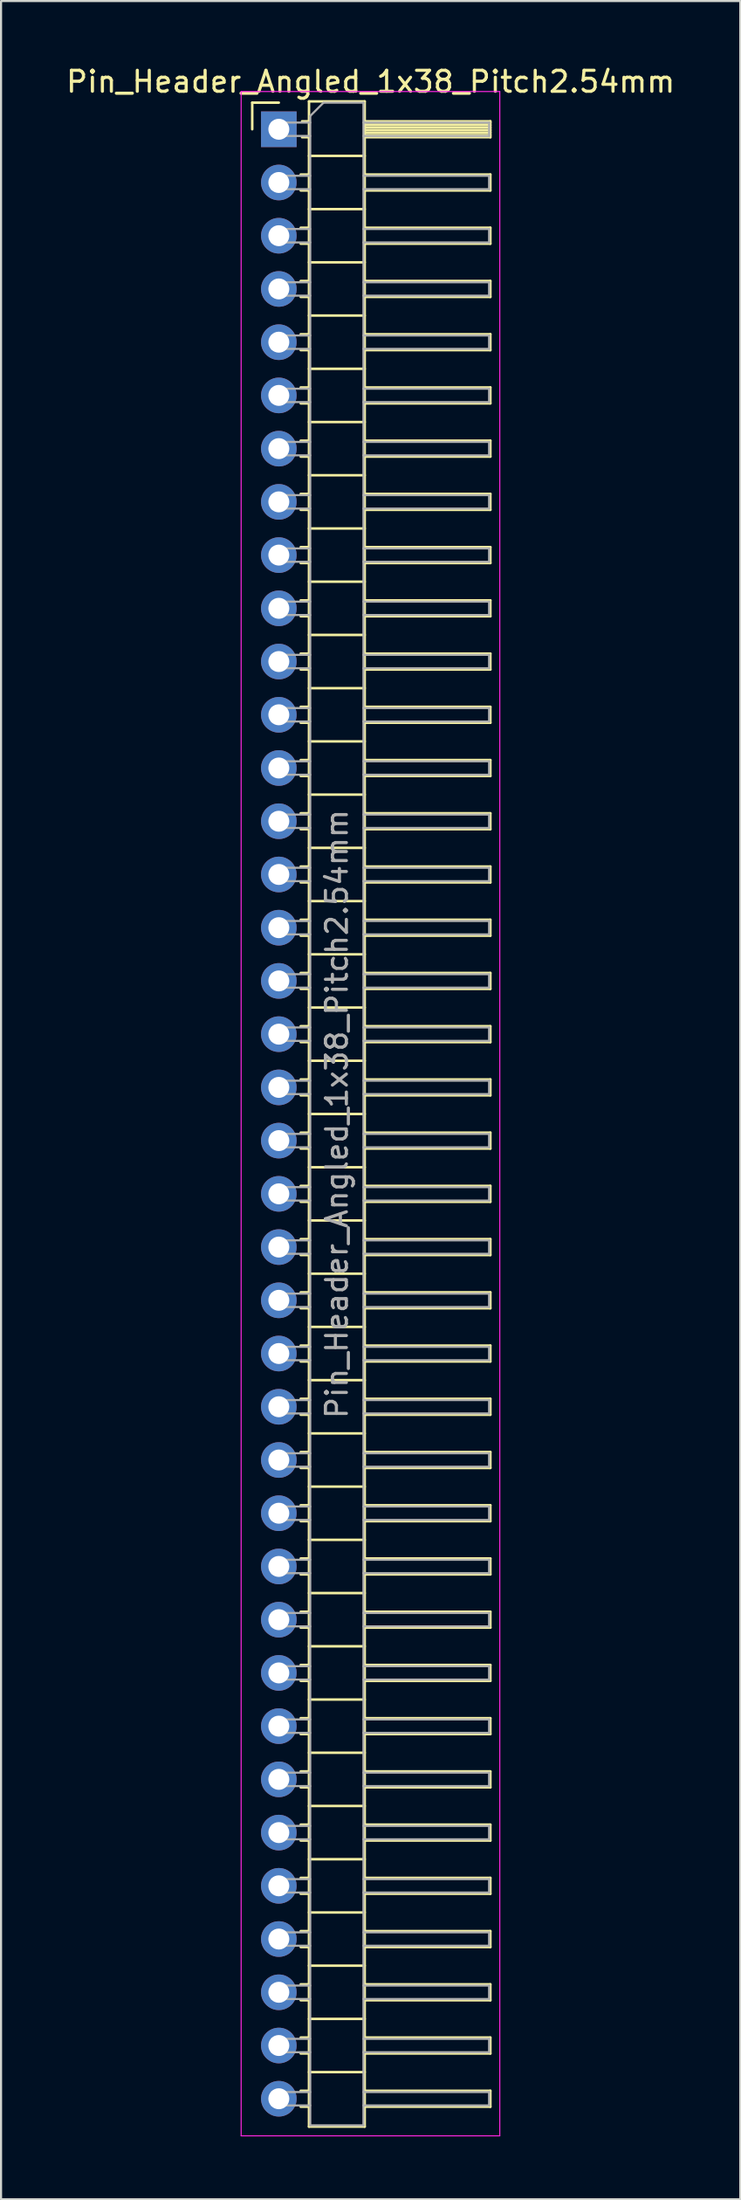
<source format=kicad_pcb>
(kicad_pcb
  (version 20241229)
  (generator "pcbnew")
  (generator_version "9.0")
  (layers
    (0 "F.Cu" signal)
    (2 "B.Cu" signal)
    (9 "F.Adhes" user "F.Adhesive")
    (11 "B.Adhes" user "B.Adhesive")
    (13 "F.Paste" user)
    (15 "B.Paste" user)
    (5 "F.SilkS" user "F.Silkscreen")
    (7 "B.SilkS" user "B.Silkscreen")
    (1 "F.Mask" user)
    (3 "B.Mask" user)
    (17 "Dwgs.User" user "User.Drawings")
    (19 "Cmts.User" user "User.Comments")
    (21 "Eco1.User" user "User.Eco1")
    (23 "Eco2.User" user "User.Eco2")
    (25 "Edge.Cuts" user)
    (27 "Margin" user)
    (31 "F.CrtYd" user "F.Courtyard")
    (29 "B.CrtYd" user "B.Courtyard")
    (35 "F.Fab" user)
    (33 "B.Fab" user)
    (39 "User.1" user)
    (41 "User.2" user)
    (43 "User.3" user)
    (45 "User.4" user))
  (footprint "Pin_Header_Angled_1x38_Pitch2.54mm"
    (layer "F.Cu")
    (at 10.264 3.118)
    (property "Reference" "Pin_Header_Angled_1x38_Pitch2.54mm" (at 4.385 -2.27 0) (layer "F.SilkS") (effects (font (size 1 1) (thickness 0.15))))
    (attr through_hole)
    (fp_line (start -1.27 -1.27) (end 0 -1.27) (stroke (width 0.12) (type solid)) (layer "F.SilkS"))
    (fp_line (start -1.27 0) (end -1.27 -1.27) (stroke (width 0.12) (type solid)) (layer "F.SilkS"))
    (fp_line (start 1.043 2.16) (end 1.44 2.16) (stroke (width 0.12) (type solid)) (layer "F.SilkS"))
    (fp_line (start 1.043 2.92) (end 1.44 2.92) (stroke (width 0.12) (type solid)) (layer "F.SilkS"))
    (fp_line (start 1.043 4.7) (end 1.44 4.7) (stroke (width 0.12) (type solid)) (layer "F.SilkS"))
    (fp_line (start 1.043 5.46) (end 1.44 5.46) (stroke (width 0.12) (type solid)) (layer "F.SilkS"))
    (fp_line (start 1.043 7.24) (end 1.44 7.24) (stroke (width 0.12) (type solid)) (layer "F.SilkS"))
    (fp_line (start 1.043 8) (end 1.44 8) (stroke (width 0.12) (type solid)) (layer "F.SilkS"))
    (fp_line (start 1.043 9.78) (end 1.44 9.78) (stroke (width 0.12) (type solid)) (layer "F.SilkS"))
    (fp_line (start 1.043 10.54) (end 1.44 10.54) (stroke (width 0.12) (type solid)) (layer "F.SilkS"))
    (fp_line (start 1.043 12.32) (end 1.44 12.32) (stroke (width 0.12) (type solid)) (layer "F.SilkS"))
    (fp_line (start 1.043 13.08) (end 1.44 13.08) (stroke (width 0.12) (type solid)) (layer "F.SilkS"))
    (fp_line (start 1.043 14.86) (end 1.44 14.86) (stroke (width 0.12) (type solid)) (layer "F.SilkS"))
    (fp_line (start 1.043 15.62) (end 1.44 15.62) (stroke (width 0.12) (type solid)) (layer "F.SilkS"))
    (fp_line (start 1.043 17.4) (end 1.44 17.4) (stroke (width 0.12) (type solid)) (layer "F.SilkS"))
    (fp_line (start 1.043 18.16) (end 1.44 18.16) (stroke (width 0.12) (type solid)) (layer "F.SilkS"))
    (fp_line (start 1.043 19.94) (end 1.44 19.94) (stroke (width 0.12) (type solid)) (layer "F.SilkS"))
    (fp_line (start 1.043 20.7) (end 1.44 20.7) (stroke (width 0.12) (type solid)) (layer "F.SilkS"))
    (fp_line (start 1.043 22.48) (end 1.44 22.48) (stroke (width 0.12) (type solid)) (layer "F.SilkS"))
    (fp_line (start 1.043 23.24) (end 1.44 23.24) (stroke (width 0.12) (type solid)) (layer "F.SilkS"))
    (fp_line (start 1.043 25.02) (end 1.44 25.02) (stroke (width 0.12) (type solid)) (layer "F.SilkS"))
    (fp_line (start 1.043 25.78) (end 1.44 25.78) (stroke (width 0.12) (type solid)) (layer "F.SilkS"))
    (fp_line (start 1.043 27.56) (end 1.44 27.56) (stroke (width 0.12) (type solid)) (layer "F.SilkS"))
    (fp_line (start 1.043 28.32) (end 1.44 28.32) (stroke (width 0.12) (type solid)) (layer "F.SilkS"))
    (fp_line (start 1.043 30.1) (end 1.44 30.1) (stroke (width 0.12) (type solid)) (layer "F.SilkS"))
    (fp_line (start 1.043 30.86) (end 1.44 30.86) (stroke (width 0.12) (type solid)) (layer "F.SilkS"))
    (fp_line (start 1.043 32.64) (end 1.44 32.64) (stroke (width 0.12) (type solid)) (layer "F.SilkS"))
    (fp_line (start 1.043 33.4) (end 1.44 33.4) (stroke (width 0.12) (type solid)) (layer "F.SilkS"))
    (fp_line (start 1.043 35.18) (end 1.44 35.18) (stroke (width 0.12) (type solid)) (layer "F.SilkS"))
    (fp_line (start 1.043 35.94) (end 1.44 35.94) (stroke (width 0.12) (type solid)) (layer "F.SilkS"))
    (fp_line (start 1.043 37.72) (end 1.44 37.72) (stroke (width 0.12) (type solid)) (layer "F.SilkS"))
    (fp_line (start 1.043 38.48) (end 1.44 38.48) (stroke (width 0.12) (type solid)) (layer "F.SilkS"))
    (fp_line (start 1.043 40.26) (end 1.44 40.26) (stroke (width 0.12) (type solid)) (layer "F.SilkS"))
    (fp_line (start 1.043 41.02) (end 1.44 41.02) (stroke (width 0.12) (type solid)) (layer "F.SilkS"))
    (fp_line (start 1.043 42.8) (end 1.44 42.8) (stroke (width 0.12) (type solid)) (layer "F.SilkS"))
    (fp_line (start 1.043 43.56) (end 1.44 43.56) (stroke (width 0.12) (type solid)) (layer "F.SilkS"))
    (fp_line (start 1.043 45.34) (end 1.44 45.34) (stroke (width 0.12) (type solid)) (layer "F.SilkS"))
    (fp_line (start 1.043 46.1) (end 1.44 46.1) (stroke (width 0.12) (type solid)) (layer "F.SilkS"))
    (fp_line (start 1.043 47.88) (end 1.44 47.88) (stroke (width 0.12) (type solid)) (layer "F.SilkS"))
    (fp_line (start 1.043 48.64) (end 1.44 48.64) (stroke (width 0.12) (type solid)) (layer "F.SilkS"))
    (fp_line (start 1.043 50.42) (end 1.44 50.42) (stroke (width 0.12) (type solid)) (layer "F.SilkS"))
    (fp_line (start 1.043 51.18) (end 1.44 51.18) (stroke (width 0.12) (type solid)) (layer "F.SilkS"))
    (fp_line (start 1.043 52.96) (end 1.44 52.96) (stroke (width 0.12) (type solid)) (layer "F.SilkS"))
    (fp_line (start 1.043 53.72) (end 1.44 53.72) (stroke (width 0.12) (type solid)) (layer "F.SilkS"))
    (fp_line (start 1.043 55.5) (end 1.44 55.5) (stroke (width 0.12) (type solid)) (layer "F.SilkS"))
    (fp_line (start 1.043 56.26) (end 1.44 56.26) (stroke (width 0.12) (type solid)) (layer "F.SilkS"))
    (fp_line (start 1.043 58.04) (end 1.44 58.04) (stroke (width 0.12) (type solid)) (layer "F.SilkS"))
    (fp_line (start 1.043 58.8) (end 1.44 58.8) (stroke (width 0.12) (type solid)) (layer "F.SilkS"))
    (fp_line (start 1.043 60.58) (end 1.44 60.58) (stroke (width 0.12) (type solid)) (layer "F.SilkS"))
    (fp_line (start 1.043 61.34) (end 1.44 61.34) (stroke (width 0.12) (type solid)) (layer "F.SilkS"))
    (fp_line (start 1.043 63.12) (end 1.44 63.12) (stroke (width 0.12) (type solid)) (layer "F.SilkS"))
    (fp_line (start 1.043 63.88) (end 1.44 63.88) (stroke (width 0.12) (type solid)) (layer "F.SilkS"))
    (fp_line (start 1.043 65.66) (end 1.44 65.66) (stroke (width 0.12) (type solid)) (layer "F.SilkS"))
    (fp_line (start 1.043 66.42) (end 1.44 66.42) (stroke (width 0.12) (type solid)) (layer "F.SilkS"))
    (fp_line (start 1.043 68.2) (end 1.44 68.2) (stroke (width 0.12) (type solid)) (layer "F.SilkS"))
    (fp_line (start 1.043 68.96) (end 1.44 68.96) (stroke (width 0.12) (type solid)) (layer "F.SilkS"))
    (fp_line (start 1.043 70.74) (end 1.44 70.74) (stroke (width 0.12) (type solid)) (layer "F.SilkS"))
    (fp_line (start 1.043 71.5) (end 1.44 71.5) (stroke (width 0.12) (type solid)) (layer "F.SilkS"))
    (fp_line (start 1.043 73.28) (end 1.44 73.28) (stroke (width 0.12) (type solid)) (layer "F.SilkS"))
    (fp_line (start 1.043 74.04) (end 1.44 74.04) (stroke (width 0.12) (type solid)) (layer "F.SilkS"))
    (fp_line (start 1.043 75.82) (end 1.44 75.82) (stroke (width 0.12) (type solid)) (layer "F.SilkS"))
    (fp_line (start 1.043 76.58) (end 1.44 76.58) (stroke (width 0.12) (type solid)) (layer "F.SilkS"))
    (fp_line (start 1.043 78.36) (end 1.44 78.36) (stroke (width 0.12) (type solid)) (layer "F.SilkS"))
    (fp_line (start 1.043 79.12) (end 1.44 79.12) (stroke (width 0.12) (type solid)) (layer "F.SilkS"))
    (fp_line (start 1.043 80.9) (end 1.44 80.9) (stroke (width 0.12) (type solid)) (layer "F.SilkS"))
    (fp_line (start 1.043 81.66) (end 1.44 81.66) (stroke (width 0.12) (type solid)) (layer "F.SilkS"))
    (fp_line (start 1.043 83.44) (end 1.44 83.44) (stroke (width 0.12) (type solid)) (layer "F.SilkS"))
    (fp_line (start 1.043 84.2) (end 1.44 84.2) (stroke (width 0.12) (type solid)) (layer "F.SilkS"))
    (fp_line (start 1.043 85.98) (end 1.44 85.98) (stroke (width 0.12) (type solid)) (layer "F.SilkS"))
    (fp_line (start 1.043 86.74) (end 1.44 86.74) (stroke (width 0.12) (type solid)) (layer "F.SilkS"))
    (fp_line (start 1.043 88.52) (end 1.44 88.52) (stroke (width 0.12) (type solid)) (layer "F.SilkS"))
    (fp_line (start 1.043 89.28) (end 1.44 89.28) (stroke (width 0.12) (type solid)) (layer "F.SilkS"))
    (fp_line (start 1.043 91.06) (end 1.44 91.06) (stroke (width 0.12) (type solid)) (layer "F.SilkS"))
    (fp_line (start 1.043 91.82) (end 1.44 91.82) (stroke (width 0.12) (type solid)) (layer "F.SilkS"))
    (fp_line (start 1.043 93.6) (end 1.44 93.6) (stroke (width 0.12) (type solid)) (layer "F.SilkS"))
    (fp_line (start 1.043 94.36) (end 1.44 94.36) (stroke (width 0.12) (type solid)) (layer "F.SilkS"))
    (fp_line (start 1.11 -0.38) (end 1.44 -0.38) (stroke (width 0.12) (type solid)) (layer "F.SilkS"))
    (fp_line (start 1.11 0.38) (end 1.44 0.38) (stroke (width 0.12) (type solid)) (layer "F.SilkS"))
    (fp_line (start 1.44 -1.33) (end 1.44 95.31) (stroke (width 0.12) (type solid)) (layer "F.SilkS"))
    (fp_line (start 1.44 1.27) (end 4.1 1.27) (stroke (width 0.12) (type solid)) (layer "F.SilkS"))
    (fp_line (start 1.44 3.81) (end 4.1 3.81) (stroke (width 0.12) (type solid)) (layer "F.SilkS"))
    (fp_line (start 1.44 6.35) (end 4.1 6.35) (stroke (width 0.12) (type solid)) (layer "F.SilkS"))
    (fp_line (start 1.44 8.89) (end 4.1 8.89) (stroke (width 0.12) (type solid)) (layer "F.SilkS"))
    (fp_line (start 1.44 11.43) (end 4.1 11.43) (stroke (width 0.12) (type solid)) (layer "F.SilkS"))
    (fp_line (start 1.44 13.97) (end 4.1 13.97) (stroke (width 0.12) (type solid)) (layer "F.SilkS"))
    (fp_line (start 1.44 16.51) (end 4.1 16.51) (stroke (width 0.12) (type solid)) (layer "F.SilkS"))
    (fp_line (start 1.44 19.05) (end 4.1 19.05) (stroke (width 0.12) (type solid)) (layer "F.SilkS"))
    (fp_line (start 1.44 21.59) (end 4.1 21.59) (stroke (width 0.12) (type solid)) (layer "F.SilkS"))
    (fp_line (start 1.44 24.13) (end 4.1 24.13) (stroke (width 0.12) (type solid)) (layer "F.SilkS"))
    (fp_line (start 1.44 26.67) (end 4.1 26.67) (stroke (width 0.12) (type solid)) (layer "F.SilkS"))
    (fp_line (start 1.44 29.21) (end 4.1 29.21) (stroke (width 0.12) (type solid)) (layer "F.SilkS"))
    (fp_line (start 1.44 31.75) (end 4.1 31.75) (stroke (width 0.12) (type solid)) (layer "F.SilkS"))
    (fp_line (start 1.44 34.29) (end 4.1 34.29) (stroke (width 0.12) (type solid)) (layer "F.SilkS"))
    (fp_line (start 1.44 36.83) (end 4.1 36.83) (stroke (width 0.12) (type solid)) (layer "F.SilkS"))
    (fp_line (start 1.44 39.37) (end 4.1 39.37) (stroke (width 0.12) (type solid)) (layer "F.SilkS"))
    (fp_line (start 1.44 41.91) (end 4.1 41.91) (stroke (width 0.12) (type solid)) (layer "F.SilkS"))
    (fp_line (start 1.44 44.45) (end 4.1 44.45) (stroke (width 0.12) (type solid)) (layer "F.SilkS"))
    (fp_line (start 1.44 46.99) (end 4.1 46.99) (stroke (width 0.12) (type solid)) (layer "F.SilkS"))
    (fp_line (start 1.44 49.53) (end 4.1 49.53) (stroke (width 0.12) (type solid)) (layer "F.SilkS"))
    (fp_line (start 1.44 52.07) (end 4.1 52.07) (stroke (width 0.12) (type solid)) (layer "F.SilkS"))
    (fp_line (start 1.44 54.61) (end 4.1 54.61) (stroke (width 0.12) (type solid)) (layer "F.SilkS"))
    (fp_line (start 1.44 57.15) (end 4.1 57.15) (stroke (width 0.12) (type solid)) (layer "F.SilkS"))
    (fp_line (start 1.44 59.69) (end 4.1 59.69) (stroke (width 0.12) (type solid)) (layer "F.SilkS"))
    (fp_line (start 1.44 62.23) (end 4.1 62.23) (stroke (width 0.12) (type solid)) (layer "F.SilkS"))
    (fp_line (start 1.44 64.77) (end 4.1 64.77) (stroke (width 0.12) (type solid)) (layer "F.SilkS"))
    (fp_line (start 1.44 67.31) (end 4.1 67.31) (stroke (width 0.12) (type solid)) (layer "F.SilkS"))
    (fp_line (start 1.44 69.85) (end 4.1 69.85) (stroke (width 0.12) (type solid)) (layer "F.SilkS"))
    (fp_line (start 1.44 72.39) (end 4.1 72.39) (stroke (width 0.12) (type solid)) (layer "F.SilkS"))
    (fp_line (start 1.44 74.93) (end 4.1 74.93) (stroke (width 0.12) (type solid)) (layer "F.SilkS"))
    (fp_line (start 1.44 77.47) (end 4.1 77.47) (stroke (width 0.12) (type solid)) (layer "F.SilkS"))
    (fp_line (start 1.44 80.01) (end 4.1 80.01) (stroke (width 0.12) (type solid)) (layer "F.SilkS"))
    (fp_line (start 1.44 82.55) (end 4.1 82.55) (stroke (width 0.12) (type solid)) (layer "F.SilkS"))
    (fp_line (start 1.44 85.09) (end 4.1 85.09) (stroke (width 0.12) (type solid)) (layer "F.SilkS"))
    (fp_line (start 1.44 87.63) (end 4.1 87.63) (stroke (width 0.12) (type solid)) (layer "F.SilkS"))
    (fp_line (start 1.44 90.17) (end 4.1 90.17) (stroke (width 0.12) (type solid)) (layer "F.SilkS"))
    (fp_line (start 1.44 92.71) (end 4.1 92.71) (stroke (width 0.12) (type solid)) (layer "F.SilkS"))
    (fp_line (start 1.44 95.31) (end 4.1 95.31) (stroke (width 0.12) (type solid)) (layer "F.SilkS"))
    (fp_line (start 4.1 -1.33) (end 1.44 -1.33) (stroke (width 0.12) (type solid)) (layer "F.SilkS"))
    (fp_line (start 4.1 -0.38) (end 10.1 -0.38) (stroke (width 0.12) (type solid)) (layer "F.SilkS"))
    (fp_line (start 4.1 -0.32) (end 10.1 -0.32) (stroke (width 0.12) (type solid)) (layer "F.SilkS"))
    (fp_line (start 4.1 -0.2) (end 10.1 -0.2) (stroke (width 0.12) (type solid)) (layer "F.SilkS"))
    (fp_line (start 4.1 -0.08) (end 10.1 -0.08) (stroke (width 0.12) (type solid)) (layer "F.SilkS"))
    (fp_line (start 4.1 0.04) (end 10.1 0.04) (stroke (width 0.12) (type solid)) (layer "F.SilkS"))
    (fp_line (start 4.1 0.16) (end 10.1 0.16) (stroke (width 0.12) (type solid)) (layer "F.SilkS"))
    (fp_line (start 4.1 0.28) (end 10.1 0.28) (stroke (width 0.12) (type solid)) (layer "F.SilkS"))
    (fp_line (start 4.1 2.16) (end 10.1 2.16) (stroke (width 0.12) (type solid)) (layer "F.SilkS"))
    (fp_line (start 4.1 4.7) (end 10.1 4.7) (stroke (width 0.12) (type solid)) (layer "F.SilkS"))
    (fp_line (start 4.1 7.24) (end 10.1 7.24) (stroke (width 0.12) (type solid)) (layer "F.SilkS"))
    (fp_line (start 4.1 9.78) (end 10.1 9.78) (stroke (width 0.12) (type solid)) (layer "F.SilkS"))
    (fp_line (start 4.1 12.32) (end 10.1 12.32) (stroke (width 0.12) (type solid)) (layer "F.SilkS"))
    (fp_line (start 4.1 14.86) (end 10.1 14.86) (stroke (width 0.12) (type solid)) (layer "F.SilkS"))
    (fp_line (start 4.1 17.4) (end 10.1 17.4) (stroke (width 0.12) (type solid)) (layer "F.SilkS"))
    (fp_line (start 4.1 19.94) (end 10.1 19.94) (stroke (width 0.12) (type solid)) (layer "F.SilkS"))
    (fp_line (start 4.1 22.48) (end 10.1 22.48) (stroke (width 0.12) (type solid)) (layer "F.SilkS"))
    (fp_line (start 4.1 25.02) (end 10.1 25.02) (stroke (width 0.12) (type solid)) (layer "F.SilkS"))
    (fp_line (start 4.1 27.56) (end 10.1 27.56) (stroke (width 0.12) (type solid)) (layer "F.SilkS"))
    (fp_line (start 4.1 30.1) (end 10.1 30.1) (stroke (width 0.12) (type solid)) (layer "F.SilkS"))
    (fp_line (start 4.1 32.64) (end 10.1 32.64) (stroke (width 0.12) (type solid)) (layer "F.SilkS"))
    (fp_line (start 4.1 35.18) (end 10.1 35.18) (stroke (width 0.12) (type solid)) (layer "F.SilkS"))
    (fp_line (start 4.1 37.72) (end 10.1 37.72) (stroke (width 0.12) (type solid)) (layer "F.SilkS"))
    (fp_line (start 4.1 40.26) (end 10.1 40.26) (stroke (width 0.12) (type solid)) (layer "F.SilkS"))
    (fp_line (start 4.1 42.8) (end 10.1 42.8) (stroke (width 0.12) (type solid)) (layer "F.SilkS"))
    (fp_line (start 4.1 45.34) (end 10.1 45.34) (stroke (width 0.12) (type solid)) (layer "F.SilkS"))
    (fp_line (start 4.1 47.88) (end 10.1 47.88) (stroke (width 0.12) (type solid)) (layer "F.SilkS"))
    (fp_line (start 4.1 50.42) (end 10.1 50.42) (stroke (width 0.12) (type solid)) (layer "F.SilkS"))
    (fp_line (start 4.1 52.96) (end 10.1 52.96) (stroke (width 0.12) (type solid)) (layer "F.SilkS"))
    (fp_line (start 4.1 55.5) (end 10.1 55.5) (stroke (width 0.12) (type solid)) (layer "F.SilkS"))
    (fp_line (start 4.1 58.04) (end 10.1 58.04) (stroke (width 0.12) (type solid)) (layer "F.SilkS"))
    (fp_line (start 4.1 60.58) (end 10.1 60.58) (stroke (width 0.12) (type solid)) (layer "F.SilkS"))
    (fp_line (start 4.1 63.12) (end 10.1 63.12) (stroke (width 0.12) (type solid)) (layer "F.SilkS"))
    (fp_line (start 4.1 65.66) (end 10.1 65.66) (stroke (width 0.12) (type solid)) (layer "F.SilkS"))
    (fp_line (start 4.1 68.2) (end 10.1 68.2) (stroke (width 0.12) (type solid)) (layer "F.SilkS"))
    (fp_line (start 4.1 70.74) (end 10.1 70.74) (stroke (width 0.12) (type solid)) (layer "F.SilkS"))
    (fp_line (start 4.1 73.28) (end 10.1 73.28) (stroke (width 0.12) (type solid)) (layer "F.SilkS"))
    (fp_line (start 4.1 75.82) (end 10.1 75.82) (stroke (width 0.12) (type solid)) (layer "F.SilkS"))
    (fp_line (start 4.1 78.36) (end 10.1 78.36) (stroke (width 0.12) (type solid)) (layer "F.SilkS"))
    (fp_line (start 4.1 80.9) (end 10.1 80.9) (stroke (width 0.12) (type solid)) (layer "F.SilkS"))
    (fp_line (start 4.1 83.44) (end 10.1 83.44) (stroke (width 0.12) (type solid)) (layer "F.SilkS"))
    (fp_line (start 4.1 85.98) (end 10.1 85.98) (stroke (width 0.12) (type solid)) (layer "F.SilkS"))
    (fp_line (start 4.1 88.52) (end 10.1 88.52) (stroke (width 0.12) (type solid)) (layer "F.SilkS"))
    (fp_line (start 4.1 91.06) (end 10.1 91.06) (stroke (width 0.12) (type solid)) (layer "F.SilkS"))
    (fp_line (start 4.1 93.6) (end 10.1 93.6) (stroke (width 0.12) (type solid)) (layer "F.SilkS"))
    (fp_line (start 4.1 95.31) (end 4.1 -1.33) (stroke (width 0.12) (type solid)) (layer "F.SilkS"))
    (fp_line (start 10.1 -0.38) (end 10.1 0.38) (stroke (width 0.12) (type solid)) (layer "F.SilkS"))
    (fp_line (start 10.1 0.38) (end 4.1 0.38) (stroke (width 0.12) (type solid)) (layer "F.SilkS"))
    (fp_line (start 10.1 2.16) (end 10.1 2.92) (stroke (width 0.12) (type solid)) (layer "F.SilkS"))
    (fp_line (start 10.1 2.92) (end 4.1 2.92) (stroke (width 0.12) (type solid)) (layer "F.SilkS"))
    (fp_line (start 10.1 4.7) (end 10.1 5.46) (stroke (width 0.12) (type solid)) (layer "F.SilkS"))
    (fp_line (start 10.1 5.46) (end 4.1 5.46) (stroke (width 0.12) (type solid)) (layer "F.SilkS"))
    (fp_line (start 10.1 7.24) (end 10.1 8) (stroke (width 0.12) (type solid)) (layer "F.SilkS"))
    (fp_line (start 10.1 8) (end 4.1 8) (stroke (width 0.12) (type solid)) (layer "F.SilkS"))
    (fp_line (start 10.1 9.78) (end 10.1 10.54) (stroke (width 0.12) (type solid)) (layer "F.SilkS"))
    (fp_line (start 10.1 10.54) (end 4.1 10.54) (stroke (width 0.12) (type solid)) (layer "F.SilkS"))
    (fp_line (start 10.1 12.32) (end 10.1 13.08) (stroke (width 0.12) (type solid)) (layer "F.SilkS"))
    (fp_line (start 10.1 13.08) (end 4.1 13.08) (stroke (width 0.12) (type solid)) (layer "F.SilkS"))
    (fp_line (start 10.1 14.86) (end 10.1 15.62) (stroke (width 0.12) (type solid)) (layer "F.SilkS"))
    (fp_line (start 10.1 15.62) (end 4.1 15.62) (stroke (width 0.12) (type solid)) (layer "F.SilkS"))
    (fp_line (start 10.1 17.4) (end 10.1 18.16) (stroke (width 0.12) (type solid)) (layer "F.SilkS"))
    (fp_line (start 10.1 18.16) (end 4.1 18.16) (stroke (width 0.12) (type solid)) (layer "F.SilkS"))
    (fp_line (start 10.1 19.94) (end 10.1 20.7) (stroke (width 0.12) (type solid)) (layer "F.SilkS"))
    (fp_line (start 10.1 20.7) (end 4.1 20.7) (stroke (width 0.12) (type solid)) (layer "F.SilkS"))
    (fp_line (start 10.1 22.48) (end 10.1 23.24) (stroke (width 0.12) (type solid)) (layer "F.SilkS"))
    (fp_line (start 10.1 23.24) (end 4.1 23.24) (stroke (width 0.12) (type solid)) (layer "F.SilkS"))
    (fp_line (start 10.1 25.02) (end 10.1 25.78) (stroke (width 0.12) (type solid)) (layer "F.SilkS"))
    (fp_line (start 10.1 25.78) (end 4.1 25.78) (stroke (width 0.12) (type solid)) (layer "F.SilkS"))
    (fp_line (start 10.1 27.56) (end 10.1 28.32) (stroke (width 0.12) (type solid)) (layer "F.SilkS"))
    (fp_line (start 10.1 28.32) (end 4.1 28.32) (stroke (width 0.12) (type solid)) (layer "F.SilkS"))
    (fp_line (start 10.1 30.1) (end 10.1 30.86) (stroke (width 0.12) (type solid)) (layer "F.SilkS"))
    (fp_line (start 10.1 30.86) (end 4.1 30.86) (stroke (width 0.12) (type solid)) (layer "F.SilkS"))
    (fp_line (start 10.1 32.64) (end 10.1 33.4) (stroke (width 0.12) (type solid)) (layer "F.SilkS"))
    (fp_line (start 10.1 33.4) (end 4.1 33.4) (stroke (width 0.12) (type solid)) (layer "F.SilkS"))
    (fp_line (start 10.1 35.18) (end 10.1 35.94) (stroke (width 0.12) (type solid)) (layer "F.SilkS"))
    (fp_line (start 10.1 35.94) (end 4.1 35.94) (stroke (width 0.12) (type solid)) (layer "F.SilkS"))
    (fp_line (start 10.1 37.72) (end 10.1 38.48) (stroke (width 0.12) (type solid)) (layer "F.SilkS"))
    (fp_line (start 10.1 38.48) (end 4.1 38.48) (stroke (width 0.12) (type solid)) (layer "F.SilkS"))
    (fp_line (start 10.1 40.26) (end 10.1 41.02) (stroke (width 0.12) (type solid)) (layer "F.SilkS"))
    (fp_line (start 10.1 41.02) (end 4.1 41.02) (stroke (width 0.12) (type solid)) (layer "F.SilkS"))
    (fp_line (start 10.1 42.8) (end 10.1 43.56) (stroke (width 0.12) (type solid)) (layer "F.SilkS"))
    (fp_line (start 10.1 43.56) (end 4.1 43.56) (stroke (width 0.12) (type solid)) (layer "F.SilkS"))
    (fp_line (start 10.1 45.34) (end 10.1 46.1) (stroke (width 0.12) (type solid)) (layer "F.SilkS"))
    (fp_line (start 10.1 46.1) (end 4.1 46.1) (stroke (width 0.12) (type solid)) (layer "F.SilkS"))
    (fp_line (start 10.1 47.88) (end 10.1 48.64) (stroke (width 0.12) (type solid)) (layer "F.SilkS"))
    (fp_line (start 10.1 48.64) (end 4.1 48.64) (stroke (width 0.12) (type solid)) (layer "F.SilkS"))
    (fp_line (start 10.1 50.42) (end 10.1 51.18) (stroke (width 0.12) (type solid)) (layer "F.SilkS"))
    (fp_line (start 10.1 51.18) (end 4.1 51.18) (stroke (width 0.12) (type solid)) (layer "F.SilkS"))
    (fp_line (start 10.1 52.96) (end 10.1 53.72) (stroke (width 0.12) (type solid)) (layer "F.SilkS"))
    (fp_line (start 10.1 53.72) (end 4.1 53.72) (stroke (width 0.12) (type solid)) (layer "F.SilkS"))
    (fp_line (start 10.1 55.5) (end 10.1 56.26) (stroke (width 0.12) (type solid)) (layer "F.SilkS"))
    (fp_line (start 10.1 56.26) (end 4.1 56.26) (stroke (width 0.12) (type solid)) (layer "F.SilkS"))
    (fp_line (start 10.1 58.04) (end 10.1 58.8) (stroke (width 0.12) (type solid)) (layer "F.SilkS"))
    (fp_line (start 10.1 58.8) (end 4.1 58.8) (stroke (width 0.12) (type solid)) (layer "F.SilkS"))
    (fp_line (start 10.1 60.58) (end 10.1 61.34) (stroke (width 0.12) (type solid)) (layer "F.SilkS"))
    (fp_line (start 10.1 61.34) (end 4.1 61.34) (stroke (width 0.12) (type solid)) (layer "F.SilkS"))
    (fp_line (start 10.1 63.12) (end 10.1 63.88) (stroke (width 0.12) (type solid)) (layer "F.SilkS"))
    (fp_line (start 10.1 63.88) (end 4.1 63.88) (stroke (width 0.12) (type solid)) (layer "F.SilkS"))
    (fp_line (start 10.1 65.66) (end 10.1 66.42) (stroke (width 0.12) (type solid)) (layer "F.SilkS"))
    (fp_line (start 10.1 66.42) (end 4.1 66.42) (stroke (width 0.12) (type solid)) (layer "F.SilkS"))
    (fp_line (start 10.1 68.2) (end 10.1 68.96) (stroke (width 0.12) (type solid)) (layer "F.SilkS"))
    (fp_line (start 10.1 68.96) (end 4.1 68.96) (stroke (width 0.12) (type solid)) (layer "F.SilkS"))
    (fp_line (start 10.1 70.74) (end 10.1 71.5) (stroke (width 0.12) (type solid)) (layer "F.SilkS"))
    (fp_line (start 10.1 71.5) (end 4.1 71.5) (stroke (width 0.12) (type solid)) (layer "F.SilkS"))
    (fp_line (start 10.1 73.28) (end 10.1 74.04) (stroke (width 0.12) (type solid)) (layer "F.SilkS"))
    (fp_line (start 10.1 74.04) (end 4.1 74.04) (stroke (width 0.12) (type solid)) (layer "F.SilkS"))
    (fp_line (start 10.1 75.82) (end 10.1 76.58) (stroke (width 0.12) (type solid)) (layer "F.SilkS"))
    (fp_line (start 10.1 76.58) (end 4.1 76.58) (stroke (width 0.12) (type solid)) (layer "F.SilkS"))
    (fp_line (start 10.1 78.36) (end 10.1 79.12) (stroke (width 0.12) (type solid)) (layer "F.SilkS"))
    (fp_line (start 10.1 79.12) (end 4.1 79.12) (stroke (width 0.12) (type solid)) (layer "F.SilkS"))
    (fp_line (start 10.1 80.9) (end 10.1 81.66) (stroke (width 0.12) (type solid)) (layer "F.SilkS"))
    (fp_line (start 10.1 81.66) (end 4.1 81.66) (stroke (width 0.12) (type solid)) (layer "F.SilkS"))
    (fp_line (start 10.1 83.44) (end 10.1 84.2) (stroke (width 0.12) (type solid)) (layer "F.SilkS"))
    (fp_line (start 10.1 84.2) (end 4.1 84.2) (stroke (width 0.12) (type solid)) (layer "F.SilkS"))
    (fp_line (start 10.1 85.98) (end 10.1 86.74) (stroke (width 0.12) (type solid)) (layer "F.SilkS"))
    (fp_line (start 10.1 86.74) (end 4.1 86.74) (stroke (width 0.12) (type solid)) (layer "F.SilkS"))
    (fp_line (start 10.1 88.52) (end 10.1 89.28) (stroke (width 0.12) (type solid)) (layer "F.SilkS"))
    (fp_line (start 10.1 89.28) (end 4.1 89.28) (stroke (width 0.12) (type solid)) (layer "F.SilkS"))
    (fp_line (start 10.1 91.06) (end 10.1 91.82) (stroke (width 0.12) (type solid)) (layer "F.SilkS"))
    (fp_line (start 10.1 91.82) (end 4.1 91.82) (stroke (width 0.12) (type solid)) (layer "F.SilkS"))
    (fp_line (start 10.1 93.6) (end 10.1 94.36) (stroke (width 0.12) (type solid)) (layer "F.SilkS"))
    (fp_line (start 10.1 94.36) (end 4.1 94.36) (stroke (width 0.12) (type solid)) (layer "F.SilkS"))
    (fp_line (start -1.8 -1.8) (end -1.8 95.75) (stroke (width 0.05) (type solid)) (layer "F.CrtYd"))
    (fp_line (start -1.8 95.75) (end 10.55 95.75) (stroke (width 0.05) (type solid)) (layer "F.CrtYd"))
    (fp_line (start 10.55 -1.8) (end -1.8 -1.8) (stroke (width 0.05) (type solid)) (layer "F.CrtYd"))
    (fp_line (start 10.55 95.75) (end 10.55 -1.8) (stroke (width 0.05) (type solid)) (layer "F.CrtYd"))
    (fp_line (start -0.32 -0.32) (end -0.32 0.32) (stroke (width 0.1) (type solid)) (layer "F.Fab"))
    (fp_line (start -0.32 -0.32) (end 1.5 -0.32) (stroke (width 0.1) (type solid)) (layer "F.Fab"))
    (fp_line (start -0.32 0.32) (end 1.5 0.32) (stroke (width 0.1) (type solid)) (layer "F.Fab"))
    (fp_line (start -0.32 2.22) (end -0.32 2.86) (stroke (width 0.1) (type solid)) (layer "F.Fab"))
    (fp_line (start -0.32 2.22) (end 1.5 2.22) (stroke (width 0.1) (type solid)) (layer "F.Fab"))
    (fp_line (start -0.32 2.86) (end 1.5 2.86) (stroke (width 0.1) (type solid)) (layer "F.Fab"))
    (fp_line (start -0.32 4.76) (end -0.32 5.4) (stroke (width 0.1) (type solid)) (layer "F.Fab"))
    (fp_line (start -0.32 4.76) (end 1.5 4.76) (stroke (width 0.1) (type solid)) (layer "F.Fab"))
    (fp_line (start -0.32 5.4) (end 1.5 5.4) (stroke (width 0.1) (type solid)) (layer "F.Fab"))
    (fp_line (start -0.32 7.3) (end -0.32 7.94) (stroke (width 0.1) (type solid)) (layer "F.Fab"))
    (fp_line (start -0.32 7.3) (end 1.5 7.3) (stroke (width 0.1) (type solid)) (layer "F.Fab"))
    (fp_line (start -0.32 7.94) (end 1.5 7.94) (stroke (width 0.1) (type solid)) (layer "F.Fab"))
    (fp_line (start -0.32 9.84) (end -0.32 10.48) (stroke (width 0.1) (type solid)) (layer "F.Fab"))
    (fp_line (start -0.32 9.84) (end 1.5 9.84) (stroke (width 0.1) (type solid)) (layer "F.Fab"))
    (fp_line (start -0.32 10.48) (end 1.5 10.48) (stroke (width 0.1) (type solid)) (layer "F.Fab"))
    (fp_line (start -0.32 12.38) (end -0.32 13.02) (stroke (width 0.1) (type solid)) (layer "F.Fab"))
    (fp_line (start -0.32 12.38) (end 1.5 12.38) (stroke (width 0.1) (type solid)) (layer "F.Fab"))
    (fp_line (start -0.32 13.02) (end 1.5 13.02) (stroke (width 0.1) (type solid)) (layer "F.Fab"))
    (fp_line (start -0.32 14.92) (end -0.32 15.56) (stroke (width 0.1) (type solid)) (layer "F.Fab"))
    (fp_line (start -0.32 14.92) (end 1.5 14.92) (stroke (width 0.1) (type solid)) (layer "F.Fab"))
    (fp_line (start -0.32 15.56) (end 1.5 15.56) (stroke (width 0.1) (type solid)) (layer "F.Fab"))
    (fp_line (start -0.32 17.46) (end -0.32 18.1) (stroke (width 0.1) (type solid)) (layer "F.Fab"))
    (fp_line (start -0.32 17.46) (end 1.5 17.46) (stroke (width 0.1) (type solid)) (layer "F.Fab"))
    (fp_line (start -0.32 18.1) (end 1.5 18.1) (stroke (width 0.1) (type solid)) (layer "F.Fab"))
    (fp_line (start -0.32 20) (end -0.32 20.64) (stroke (width 0.1) (type solid)) (layer "F.Fab"))
    (fp_line (start -0.32 20) (end 1.5 20) (stroke (width 0.1) (type solid)) (layer "F.Fab"))
    (fp_line (start -0.32 20.64) (end 1.5 20.64) (stroke (width 0.1) (type solid)) (layer "F.Fab"))
    (fp_line (start -0.32 22.54) (end -0.32 23.18) (stroke (width 0.1) (type solid)) (layer "F.Fab"))
    (fp_line (start -0.32 22.54) (end 1.5 22.54) (stroke (width 0.1) (type solid)) (layer "F.Fab"))
    (fp_line (start -0.32 23.18) (end 1.5 23.18) (stroke (width 0.1) (type solid)) (layer "F.Fab"))
    (fp_line (start -0.32 25.08) (end -0.32 25.72) (stroke (width 0.1) (type solid)) (layer "F.Fab"))
    (fp_line (start -0.32 25.08) (end 1.5 25.08) (stroke (width 0.1) (type solid)) (layer "F.Fab"))
    (fp_line (start -0.32 25.72) (end 1.5 25.72) (stroke (width 0.1) (type solid)) (layer "F.Fab"))
    (fp_line (start -0.32 27.62) (end -0.32 28.26) (stroke (width 0.1) (type solid)) (layer "F.Fab"))
    (fp_line (start -0.32 27.62) (end 1.5 27.62) (stroke (width 0.1) (type solid)) (layer "F.Fab"))
    (fp_line (start -0.32 28.26) (end 1.5 28.26) (stroke (width 0.1) (type solid)) (layer "F.Fab"))
    (fp_line (start -0.32 30.16) (end -0.32 30.8) (stroke (width 0.1) (type solid)) (layer "F.Fab"))
    (fp_line (start -0.32 30.16) (end 1.5 30.16) (stroke (width 0.1) (type solid)) (layer "F.Fab"))
    (fp_line (start -0.32 30.8) (end 1.5 30.8) (stroke (width 0.1) (type solid)) (layer "F.Fab"))
    (fp_line (start -0.32 32.7) (end -0.32 33.34) (stroke (width 0.1) (type solid)) (layer "F.Fab"))
    (fp_line (start -0.32 32.7) (end 1.5 32.7) (stroke (width 0.1) (type solid)) (layer "F.Fab"))
    (fp_line (start -0.32 33.34) (end 1.5 33.34) (stroke (width 0.1) (type solid)) (layer "F.Fab"))
    (fp_line (start -0.32 35.24) (end -0.32 35.88) (stroke (width 0.1) (type solid)) (layer "F.Fab"))
    (fp_line (start -0.32 35.24) (end 1.5 35.24) (stroke (width 0.1) (type solid)) (layer "F.Fab"))
    (fp_line (start -0.32 35.88) (end 1.5 35.88) (stroke (width 0.1) (type solid)) (layer "F.Fab"))
    (fp_line (start -0.32 37.78) (end -0.32 38.42) (stroke (width 0.1) (type solid)) (layer "F.Fab"))
    (fp_line (start -0.32 37.78) (end 1.5 37.78) (stroke (width 0.1) (type solid)) (layer "F.Fab"))
    (fp_line (start -0.32 38.42) (end 1.5 38.42) (stroke (width 0.1) (type solid)) (layer "F.Fab"))
    (fp_line (start -0.32 40.32) (end -0.32 40.96) (stroke (width 0.1) (type solid)) (layer "F.Fab"))
    (fp_line (start -0.32 40.32) (end 1.5 40.32) (stroke (width 0.1) (type solid)) (layer "F.Fab"))
    (fp_line (start -0.32 40.96) (end 1.5 40.96) (stroke (width 0.1) (type solid)) (layer "F.Fab"))
    (fp_line (start -0.32 42.86) (end -0.32 43.5) (stroke (width 0.1) (type solid)) (layer "F.Fab"))
    (fp_line (start -0.32 42.86) (end 1.5 42.86) (stroke (width 0.1) (type solid)) (layer "F.Fab"))
    (fp_line (start -0.32 43.5) (end 1.5 43.5) (stroke (width 0.1) (type solid)) (layer "F.Fab"))
    (fp_line (start -0.32 45.4) (end -0.32 46.04) (stroke (width 0.1) (type solid)) (layer "F.Fab"))
    (fp_line (start -0.32 45.4) (end 1.5 45.4) (stroke (width 0.1) (type solid)) (layer "F.Fab"))
    (fp_line (start -0.32 46.04) (end 1.5 46.04) (stroke (width 0.1) (type solid)) (layer "F.Fab"))
    (fp_line (start -0.32 47.94) (end -0.32 48.58) (stroke (width 0.1) (type solid)) (layer "F.Fab"))
    (fp_line (start -0.32 47.94) (end 1.5 47.94) (stroke (width 0.1) (type solid)) (layer "F.Fab"))
    (fp_line (start -0.32 48.58) (end 1.5 48.58) (stroke (width 0.1) (type solid)) (layer "F.Fab"))
    (fp_line (start -0.32 50.48) (end -0.32 51.12) (stroke (width 0.1) (type solid)) (layer "F.Fab"))
    (fp_line (start -0.32 50.48) (end 1.5 50.48) (stroke (width 0.1) (type solid)) (layer "F.Fab"))
    (fp_line (start -0.32 51.12) (end 1.5 51.12) (stroke (width 0.1) (type solid)) (layer "F.Fab"))
    (fp_line (start -0.32 53.02) (end -0.32 53.66) (stroke (width 0.1) (type solid)) (layer "F.Fab"))
    (fp_line (start -0.32 53.02) (end 1.5 53.02) (stroke (width 0.1) (type solid)) (layer "F.Fab"))
    (fp_line (start -0.32 53.66) (end 1.5 53.66) (stroke (width 0.1) (type solid)) (layer "F.Fab"))
    (fp_line (start -0.32 55.56) (end -0.32 56.2) (stroke (width 0.1) (type solid)) (layer "F.Fab"))
    (fp_line (start -0.32 55.56) (end 1.5 55.56) (stroke (width 0.1) (type solid)) (layer "F.Fab"))
    (fp_line (start -0.32 56.2) (end 1.5 56.2) (stroke (width 0.1) (type solid)) (layer "F.Fab"))
    (fp_line (start -0.32 58.1) (end -0.32 58.74) (stroke (width 0.1) (type solid)) (layer "F.Fab"))
    (fp_line (start -0.32 58.1) (end 1.5 58.1) (stroke (width 0.1) (type solid)) (layer "F.Fab"))
    (fp_line (start -0.32 58.74) (end 1.5 58.74) (stroke (width 0.1) (type solid)) (layer "F.Fab"))
    (fp_line (start -0.32 60.64) (end -0.32 61.28) (stroke (width 0.1) (type solid)) (layer "F.Fab"))
    (fp_line (start -0.32 60.64) (end 1.5 60.64) (stroke (width 0.1) (type solid)) (layer "F.Fab"))
    (fp_line (start -0.32 61.28) (end 1.5 61.28) (stroke (width 0.1) (type solid)) (layer "F.Fab"))
    (fp_line (start -0.32 63.18) (end -0.32 63.82) (stroke (width 0.1) (type solid)) (layer "F.Fab"))
    (fp_line (start -0.32 63.18) (end 1.5 63.18) (stroke (width 0.1) (type solid)) (layer "F.Fab"))
    (fp_line (start -0.32 63.82) (end 1.5 63.82) (stroke (width 0.1) (type solid)) (layer "F.Fab"))
    (fp_line (start -0.32 65.72) (end -0.32 66.36) (stroke (width 0.1) (type solid)) (layer "F.Fab"))
    (fp_line (start -0.32 65.72) (end 1.5 65.72) (stroke (width 0.1) (type solid)) (layer "F.Fab"))
    (fp_line (start -0.32 66.36) (end 1.5 66.36) (stroke (width 0.1) (type solid)) (layer "F.Fab"))
    (fp_line (start -0.32 68.26) (end -0.32 68.9) (stroke (width 0.1) (type solid)) (layer "F.Fab"))
    (fp_line (start -0.32 68.26) (end 1.5 68.26) (stroke (width 0.1) (type solid)) (layer "F.Fab"))
    (fp_line (start -0.32 68.9) (end 1.5 68.9) (stroke (width 0.1) (type solid)) (layer "F.Fab"))
    (fp_line (start -0.32 70.8) (end -0.32 71.44) (stroke (width 0.1) (type solid)) (layer "F.Fab"))
    (fp_line (start -0.32 70.8) (end 1.5 70.8) (stroke (width 0.1) (type solid)) (layer "F.Fab"))
    (fp_line (start -0.32 71.44) (end 1.5 71.44) (stroke (width 0.1) (type solid)) (layer "F.Fab"))
    (fp_line (start -0.32 73.34) (end -0.32 73.98) (stroke (width 0.1) (type solid)) (layer "F.Fab"))
    (fp_line (start -0.32 73.34) (end 1.5 73.34) (stroke (width 0.1) (type solid)) (layer "F.Fab"))
    (fp_line (start -0.32 73.98) (end 1.5 73.98) (stroke (width 0.1) (type solid)) (layer "F.Fab"))
    (fp_line (start -0.32 75.88) (end -0.32 76.52) (stroke (width 0.1) (type solid)) (layer "F.Fab"))
    (fp_line (start -0.32 75.88) (end 1.5 75.88) (stroke (width 0.1) (type solid)) (layer "F.Fab"))
    (fp_line (start -0.32 76.52) (end 1.5 76.52) (stroke (width 0.1) (type solid)) (layer "F.Fab"))
    (fp_line (start -0.32 78.42) (end -0.32 79.06) (stroke (width 0.1) (type solid)) (layer "F.Fab"))
    (fp_line (start -0.32 78.42) (end 1.5 78.42) (stroke (width 0.1) (type solid)) (layer "F.Fab"))
    (fp_line (start -0.32 79.06) (end 1.5 79.06) (stroke (width 0.1) (type solid)) (layer "F.Fab"))
    (fp_line (start -0.32 80.96) (end -0.32 81.6) (stroke (width 0.1) (type solid)) (layer "F.Fab"))
    (fp_line (start -0.32 80.96) (end 1.5 80.96) (stroke (width 0.1) (type solid)) (layer "F.Fab"))
    (fp_line (start -0.32 81.6) (end 1.5 81.6) (stroke (width 0.1) (type solid)) (layer "F.Fab"))
    (fp_line (start -0.32 83.5) (end -0.32 84.14) (stroke (width 0.1) (type solid)) (layer "F.Fab"))
    (fp_line (start -0.32 83.5) (end 1.5 83.5) (stroke (width 0.1) (type solid)) (layer "F.Fab"))
    (fp_line (start -0.32 84.14) (end 1.5 84.14) (stroke (width 0.1) (type solid)) (layer "F.Fab"))
    (fp_line (start -0.32 86.04) (end -0.32 86.68) (stroke (width 0.1) (type solid)) (layer "F.Fab"))
    (fp_line (start -0.32 86.04) (end 1.5 86.04) (stroke (width 0.1) (type solid)) (layer "F.Fab"))
    (fp_line (start -0.32 86.68) (end 1.5 86.68) (stroke (width 0.1) (type solid)) (layer "F.Fab"))
    (fp_line (start -0.32 88.58) (end -0.32 89.22) (stroke (width 0.1) (type solid)) (layer "F.Fab"))
    (fp_line (start -0.32 88.58) (end 1.5 88.58) (stroke (width 0.1) (type solid)) (layer "F.Fab"))
    (fp_line (start -0.32 89.22) (end 1.5 89.22) (stroke (width 0.1) (type solid)) (layer "F.Fab"))
    (fp_line (start -0.32 91.12) (end -0.32 91.76) (stroke (width 0.1) (type solid)) (layer "F.Fab"))
    (fp_line (start -0.32 91.12) (end 1.5 91.12) (stroke (width 0.1) (type solid)) (layer "F.Fab"))
    (fp_line (start -0.32 91.76) (end 1.5 91.76) (stroke (width 0.1) (type solid)) (layer "F.Fab"))
    (fp_line (start -0.32 93.66) (end -0.32 94.3) (stroke (width 0.1) (type solid)) (layer "F.Fab"))
    (fp_line (start -0.32 93.66) (end 1.5 93.66) (stroke (width 0.1) (type solid)) (layer "F.Fab"))
    (fp_line (start -0.32 94.3) (end 1.5 94.3) (stroke (width 0.1) (type solid)) (layer "F.Fab"))
    (fp_line (start 1.5 -0.635) (end 2.135 -1.27) (stroke (width 0.1) (type solid)) (layer "F.Fab"))
    (fp_line (start 1.5 95.25) (end 1.5 -0.635) (stroke (width 0.1) (type solid)) (layer "F.Fab"))
    (fp_line (start 2.135 -1.27) (end 4.04 -1.27) (stroke (width 0.1) (type solid)) (layer "F.Fab"))
    (fp_line (start 4.04 -1.27) (end 4.04 95.25) (stroke (width 0.1) (type solid)) (layer "F.Fab"))
    (fp_line (start 4.04 -0.32) (end 10.04 -0.32) (stroke (width 0.1) (type solid)) (layer "F.Fab"))
    (fp_line (start 4.04 0.32) (end 10.04 0.32) (stroke (width 0.1) (type solid)) (layer "F.Fab"))
    (fp_line (start 4.04 2.22) (end 10.04 2.22) (stroke (width 0.1) (type solid)) (layer "F.Fab"))
    (fp_line (start 4.04 2.86) (end 10.04 2.86) (stroke (width 0.1) (type solid)) (layer "F.Fab"))
    (fp_line (start 4.04 4.76) (end 10.04 4.76) (stroke (width 0.1) (type solid)) (layer "F.Fab"))
    (fp_line (start 4.04 5.4) (end 10.04 5.4) (stroke (width 0.1) (type solid)) (layer "F.Fab"))
    (fp_line (start 4.04 7.3) (end 10.04 7.3) (stroke (width 0.1) (type solid)) (layer "F.Fab"))
    (fp_line (start 4.04 7.94) (end 10.04 7.94) (stroke (width 0.1) (type solid)) (layer "F.Fab"))
    (fp_line (start 4.04 9.84) (end 10.04 9.84) (stroke (width 0.1) (type solid)) (layer "F.Fab"))
    (fp_line (start 4.04 10.48) (end 10.04 10.48) (stroke (width 0.1) (type solid)) (layer "F.Fab"))
    (fp_line (start 4.04 12.38) (end 10.04 12.38) (stroke (width 0.1) (type solid)) (layer "F.Fab"))
    (fp_line (start 4.04 13.02) (end 10.04 13.02) (stroke (width 0.1) (type solid)) (layer "F.Fab"))
    (fp_line (start 4.04 14.92) (end 10.04 14.92) (stroke (width 0.1) (type solid)) (layer "F.Fab"))
    (fp_line (start 4.04 15.56) (end 10.04 15.56) (stroke (width 0.1) (type solid)) (layer "F.Fab"))
    (fp_line (start 4.04 17.46) (end 10.04 17.46) (stroke (width 0.1) (type solid)) (layer "F.Fab"))
    (fp_line (start 4.04 18.1) (end 10.04 18.1) (stroke (width 0.1) (type solid)) (layer "F.Fab"))
    (fp_line (start 4.04 20) (end 10.04 20) (stroke (width 0.1) (type solid)) (layer "F.Fab"))
    (fp_line (start 4.04 20.64) (end 10.04 20.64) (stroke (width 0.1) (type solid)) (layer "F.Fab"))
    (fp_line (start 4.04 22.54) (end 10.04 22.54) (stroke (width 0.1) (type solid)) (layer "F.Fab"))
    (fp_line (start 4.04 23.18) (end 10.04 23.18) (stroke (width 0.1) (type solid)) (layer "F.Fab"))
    (fp_line (start 4.04 25.08) (end 10.04 25.08) (stroke (width 0.1) (type solid)) (layer "F.Fab"))
    (fp_line (start 4.04 25.72) (end 10.04 25.72) (stroke (width 0.1) (type solid)) (layer "F.Fab"))
    (fp_line (start 4.04 27.62) (end 10.04 27.62) (stroke (width 0.1) (type solid)) (layer "F.Fab"))
    (fp_line (start 4.04 28.26) (end 10.04 28.26) (stroke (width 0.1) (type solid)) (layer "F.Fab"))
    (fp_line (start 4.04 30.16) (end 10.04 30.16) (stroke (width 0.1) (type solid)) (layer "F.Fab"))
    (fp_line (start 4.04 30.8) (end 10.04 30.8) (stroke (width 0.1) (type solid)) (layer "F.Fab"))
    (fp_line (start 4.04 32.7) (end 10.04 32.7) (stroke (width 0.1) (type solid)) (layer "F.Fab"))
    (fp_line (start 4.04 33.34) (end 10.04 33.34) (stroke (width 0.1) (type solid)) (layer "F.Fab"))
    (fp_line (start 4.04 35.24) (end 10.04 35.24) (stroke (width 0.1) (type solid)) (layer "F.Fab"))
    (fp_line (start 4.04 35.88) (end 10.04 35.88) (stroke (width 0.1) (type solid)) (layer "F.Fab"))
    (fp_line (start 4.04 37.78) (end 10.04 37.78) (stroke (width 0.1) (type solid)) (layer "F.Fab"))
    (fp_line (start 4.04 38.42) (end 10.04 38.42) (stroke (width 0.1) (type solid)) (layer "F.Fab"))
    (fp_line (start 4.04 40.32) (end 10.04 40.32) (stroke (width 0.1) (type solid)) (layer "F.Fab"))
    (fp_line (start 4.04 40.96) (end 10.04 40.96) (stroke (width 0.1) (type solid)) (layer "F.Fab"))
    (fp_line (start 4.04 42.86) (end 10.04 42.86) (stroke (width 0.1) (type solid)) (layer "F.Fab"))
    (fp_line (start 4.04 43.5) (end 10.04 43.5) (stroke (width 0.1) (type solid)) (layer "F.Fab"))
    (fp_line (start 4.04 45.4) (end 10.04 45.4) (stroke (width 0.1) (type solid)) (layer "F.Fab"))
    (fp_line (start 4.04 46.04) (end 10.04 46.04) (stroke (width 0.1) (type solid)) (layer "F.Fab"))
    (fp_line (start 4.04 47.94) (end 10.04 47.94) (stroke (width 0.1) (type solid)) (layer "F.Fab"))
    (fp_line (start 4.04 48.58) (end 10.04 48.58) (stroke (width 0.1) (type solid)) (layer "F.Fab"))
    (fp_line (start 4.04 50.48) (end 10.04 50.48) (stroke (width 0.1) (type solid)) (layer "F.Fab"))
    (fp_line (start 4.04 51.12) (end 10.04 51.12) (stroke (width 0.1) (type solid)) (layer "F.Fab"))
    (fp_line (start 4.04 53.02) (end 10.04 53.02) (stroke (width 0.1) (type solid)) (layer "F.Fab"))
    (fp_line (start 4.04 53.66) (end 10.04 53.66) (stroke (width 0.1) (type solid)) (layer "F.Fab"))
    (fp_line (start 4.04 55.56) (end 10.04 55.56) (stroke (width 0.1) (type solid)) (layer "F.Fab"))
    (fp_line (start 4.04 56.2) (end 10.04 56.2) (stroke (width 0.1) (type solid)) (layer "F.Fab"))
    (fp_line (start 4.04 58.1) (end 10.04 58.1) (stroke (width 0.1) (type solid)) (layer "F.Fab"))
    (fp_line (start 4.04 58.74) (end 10.04 58.74) (stroke (width 0.1) (type solid)) (layer "F.Fab"))
    (fp_line (start 4.04 60.64) (end 10.04 60.64) (stroke (width 0.1) (type solid)) (layer "F.Fab"))
    (fp_line (start 4.04 61.28) (end 10.04 61.28) (stroke (width 0.1) (type solid)) (layer "F.Fab"))
    (fp_line (start 4.04 63.18) (end 10.04 63.18) (stroke (width 0.1) (type solid)) (layer "F.Fab"))
    (fp_line (start 4.04 63.82) (end 10.04 63.82) (stroke (width 0.1) (type solid)) (layer "F.Fab"))
    (fp_line (start 4.04 65.72) (end 10.04 65.72) (stroke (width 0.1) (type solid)) (layer "F.Fab"))
    (fp_line (start 4.04 66.36) (end 10.04 66.36) (stroke (width 0.1) (type solid)) (layer "F.Fab"))
    (fp_line (start 4.04 68.26) (end 10.04 68.26) (stroke (width 0.1) (type solid)) (layer "F.Fab"))
    (fp_line (start 4.04 68.9) (end 10.04 68.9) (stroke (width 0.1) (type solid)) (layer "F.Fab"))
    (fp_line (start 4.04 70.8) (end 10.04 70.8) (stroke (width 0.1) (type solid)) (layer "F.Fab"))
    (fp_line (start 4.04 71.44) (end 10.04 71.44) (stroke (width 0.1) (type solid)) (layer "F.Fab"))
    (fp_line (start 4.04 73.34) (end 10.04 73.34) (stroke (width 0.1) (type solid)) (layer "F.Fab"))
    (fp_line (start 4.04 73.98) (end 10.04 73.98) (stroke (width 0.1) (type solid)) (layer "F.Fab"))
    (fp_line (start 4.04 75.88) (end 10.04 75.88) (stroke (width 0.1) (type solid)) (layer "F.Fab"))
    (fp_line (start 4.04 76.52) (end 10.04 76.52) (stroke (width 0.1) (type solid)) (layer "F.Fab"))
    (fp_line (start 4.04 78.42) (end 10.04 78.42) (stroke (width 0.1) (type solid)) (layer "F.Fab"))
    (fp_line (start 4.04 79.06) (end 10.04 79.06) (stroke (width 0.1) (type solid)) (layer "F.Fab"))
    (fp_line (start 4.04 80.96) (end 10.04 80.96) (stroke (width 0.1) (type solid)) (layer "F.Fab"))
    (fp_line (start 4.04 81.6) (end 10.04 81.6) (stroke (width 0.1) (type solid)) (layer "F.Fab"))
    (fp_line (start 4.04 83.5) (end 10.04 83.5) (stroke (width 0.1) (type solid)) (layer "F.Fab"))
    (fp_line (start 4.04 84.14) (end 10.04 84.14) (stroke (width 0.1) (type solid)) (layer "F.Fab"))
    (fp_line (start 4.04 86.04) (end 10.04 86.04) (stroke (width 0.1) (type solid)) (layer "F.Fab"))
    (fp_line (start 4.04 86.68) (end 10.04 86.68) (stroke (width 0.1) (type solid)) (layer "F.Fab"))
    (fp_line (start 4.04 88.58) (end 10.04 88.58) (stroke (width 0.1) (type solid)) (layer "F.Fab"))
    (fp_line (start 4.04 89.22) (end 10.04 89.22) (stroke (width 0.1) (type solid)) (layer "F.Fab"))
    (fp_line (start 4.04 91.12) (end 10.04 91.12) (stroke (width 0.1) (type solid)) (layer "F.Fab"))
    (fp_line (start 4.04 91.76) (end 10.04 91.76) (stroke (width 0.1) (type solid)) (layer "F.Fab"))
    (fp_line (start 4.04 93.66) (end 10.04 93.66) (stroke (width 0.1) (type solid)) (layer "F.Fab"))
    (fp_line (start 4.04 94.3) (end 10.04 94.3) (stroke (width 0.1) (type solid)) (layer "F.Fab"))
    (fp_line (start 4.04 95.25) (end 1.5 95.25) (stroke (width 0.1) (type solid)) (layer "F.Fab"))
    (fp_line (start 10.04 -0.32) (end 10.04 0.32) (stroke (width 0.1) (type solid)) (layer "F.Fab"))
    (fp_line (start 10.04 2.22) (end 10.04 2.86) (stroke (width 0.1) (type solid)) (layer "F.Fab"))
    (fp_line (start 10.04 4.76) (end 10.04 5.4) (stroke (width 0.1) (type solid)) (layer "F.Fab"))
    (fp_line (start 10.04 7.3) (end 10.04 7.94) (stroke (width 0.1) (type solid)) (layer "F.Fab"))
    (fp_line (start 10.04 9.84) (end 10.04 10.48) (stroke (width 0.1) (type solid)) (layer "F.Fab"))
    (fp_line (start 10.04 12.38) (end 10.04 13.02) (stroke (width 0.1) (type solid)) (layer "F.Fab"))
    (fp_line (start 10.04 14.92) (end 10.04 15.56) (stroke (width 0.1) (type solid)) (layer "F.Fab"))
    (fp_line (start 10.04 17.46) (end 10.04 18.1) (stroke (width 0.1) (type solid)) (layer "F.Fab"))
    (fp_line (start 10.04 20) (end 10.04 20.64) (stroke (width 0.1) (type solid)) (layer "F.Fab"))
    (fp_line (start 10.04 22.54) (end 10.04 23.18) (stroke (width 0.1) (type solid)) (layer "F.Fab"))
    (fp_line (start 10.04 25.08) (end 10.04 25.72) (stroke (width 0.1) (type solid)) (layer "F.Fab"))
    (fp_line (start 10.04 27.62) (end 10.04 28.26) (stroke (width 0.1) (type solid)) (layer "F.Fab"))
    (fp_line (start 10.04 30.16) (end 10.04 30.8) (stroke (width 0.1) (type solid)) (layer "F.Fab"))
    (fp_line (start 10.04 32.7) (end 10.04 33.34) (stroke (width 0.1) (type solid)) (layer "F.Fab"))
    (fp_line (start 10.04 35.24) (end 10.04 35.88) (stroke (width 0.1) (type solid)) (layer "F.Fab"))
    (fp_line (start 10.04 37.78) (end 10.04 38.42) (stroke (width 0.1) (type solid)) (layer "F.Fab"))
    (fp_line (start 10.04 40.32) (end 10.04 40.96) (stroke (width 0.1) (type solid)) (layer "F.Fab"))
    (fp_line (start 10.04 42.86) (end 10.04 43.5) (stroke (width 0.1) (type solid)) (layer "F.Fab"))
    (fp_line (start 10.04 45.4) (end 10.04 46.04) (stroke (width 0.1) (type solid)) (layer "F.Fab"))
    (fp_line (start 10.04 47.94) (end 10.04 48.58) (stroke (width 0.1) (type solid)) (layer "F.Fab"))
    (fp_line (start 10.04 50.48) (end 10.04 51.12) (stroke (width 0.1) (type solid)) (layer "F.Fab"))
    (fp_line (start 10.04 53.02) (end 10.04 53.66) (stroke (width 0.1) (type solid)) (layer "F.Fab"))
    (fp_line (start 10.04 55.56) (end 10.04 56.2) (stroke (width 0.1) (type solid)) (layer "F.Fab"))
    (fp_line (start 10.04 58.1) (end 10.04 58.74) (stroke (width 0.1) (type solid)) (layer "F.Fab"))
    (fp_line (start 10.04 60.64) (end 10.04 61.28) (stroke (width 0.1) (type solid)) (layer "F.Fab"))
    (fp_line (start 10.04 63.18) (end 10.04 63.82) (stroke (width 0.1) (type solid)) (layer "F.Fab"))
    (fp_line (start 10.04 65.72) (end 10.04 66.36) (stroke (width 0.1) (type solid)) (layer "F.Fab"))
    (fp_line (start 10.04 68.26) (end 10.04 68.9) (stroke (width 0.1) (type solid)) (layer "F.Fab"))
    (fp_line (start 10.04 70.8) (end 10.04 71.44) (stroke (width 0.1) (type solid)) (layer "F.Fab"))
    (fp_line (start 10.04 73.34) (end 10.04 73.98) (stroke (width 0.1) (type solid)) (layer "F.Fab"))
    (fp_line (start 10.04 75.88) (end 10.04 76.52) (stroke (width 0.1) (type solid)) (layer "F.Fab"))
    (fp_line (start 10.04 78.42) (end 10.04 79.06) (stroke (width 0.1) (type solid)) (layer "F.Fab"))
    (fp_line (start 10.04 80.96) (end 10.04 81.6) (stroke (width 0.1) (type solid)) (layer "F.Fab"))
    (fp_line (start 10.04 83.5) (end 10.04 84.14) (stroke (width 0.1) (type solid)) (layer "F.Fab"))
    (fp_line (start 10.04 86.04) (end 10.04 86.68) (stroke (width 0.1) (type solid)) (layer "F.Fab"))
    (fp_line (start 10.04 88.58) (end 10.04 89.22) (stroke (width 0.1) (type solid)) (layer "F.Fab"))
    (fp_line (start 10.04 91.12) (end 10.04 91.76) (stroke (width 0.1) (type solid)) (layer "F.Fab"))
    (fp_line (start 10.04 93.66) (end 10.04 94.3) (stroke (width 0.1) (type solid)) (layer "F.Fab"))
    (fp_text user "${REFERENCE}" (at 2.77 46.99 90) (layer "F.Fab") (effects (font (size 1 1) (thickness 0.15))))
    (pad "1" thru_hole rect (at 0 0) (size 1.7 1.7) (drill 1) (layers "*.Cu" "*.Mask"))
    (pad "2" thru_hole oval (at 0 2.54) (size 1.7 1.7) (drill 1) (layers "*.Cu" "*.Mask"))
    (pad "3" thru_hole oval (at 0 5.08) (size 1.7 1.7) (drill 1) (layers "*.Cu" "*.Mask"))
    (pad "4" thru_hole oval (at 0 7.62) (size 1.7 1.7) (drill 1) (layers "*.Cu" "*.Mask"))
    (pad "5" thru_hole oval (at 0 10.16) (size 1.7 1.7) (drill 1) (layers "*.Cu" "*.Mask"))
    (pad "6" thru_hole oval (at 0 12.7) (size 1.7 1.7) (drill 1) (layers "*.Cu" "*.Mask"))
    (pad "7" thru_hole oval (at 0 15.24) (size 1.7 1.7) (drill 1) (layers "*.Cu" "*.Mask"))
    (pad "8" thru_hole oval (at 0 17.78) (size 1.7 1.7) (drill 1) (layers "*.Cu" "*.Mask"))
    (pad "9" thru_hole oval (at 0 20.32) (size 1.7 1.7) (drill 1) (layers "*.Cu" "*.Mask"))
    (pad "10" thru_hole oval (at 0 22.86) (size 1.7 1.7) (drill 1) (layers "*.Cu" "*.Mask"))
    (pad "11" thru_hole oval (at 0 25.4) (size 1.7 1.7) (drill 1) (layers "*.Cu" "*.Mask"))
    (pad "12" thru_hole oval (at 0 27.94) (size 1.7 1.7) (drill 1) (layers "*.Cu" "*.Mask"))
    (pad "13" thru_hole oval (at 0 30.48) (size 1.7 1.7) (drill 1) (layers "*.Cu" "*.Mask"))
    (pad "14" thru_hole oval (at 0 33.02) (size 1.7 1.7) (drill 1) (layers "*.Cu" "*.Mask"))
    (pad "15" thru_hole oval (at 0 35.56) (size 1.7 1.7) (drill 1) (layers "*.Cu" "*.Mask"))
    (pad "16" thru_hole oval (at 0 38.1) (size 1.7 1.7) (drill 1) (layers "*.Cu" "*.Mask"))
    (pad "17" thru_hole oval (at 0 40.64) (size 1.7 1.7) (drill 1) (layers "*.Cu" "*.Mask"))
    (pad "18" thru_hole oval (at 0 43.18) (size 1.7 1.7) (drill 1) (layers "*.Cu" "*.Mask"))
    (pad "19" thru_hole oval (at 0 45.72) (size 1.7 1.7) (drill 1) (layers "*.Cu" "*.Mask"))
    (pad "20" thru_hole oval (at 0 48.26) (size 1.7 1.7) (drill 1) (layers "*.Cu" "*.Mask"))
    (pad "21" thru_hole oval (at 0 50.8) (size 1.7 1.7) (drill 1) (layers "*.Cu" "*.Mask"))
    (pad "22" thru_hole oval (at 0 53.34) (size 1.7 1.7) (drill 1) (layers "*.Cu" "*.Mask"))
    (pad "23" thru_hole oval (at 0 55.88) (size 1.7 1.7) (drill 1) (layers "*.Cu" "*.Mask"))
    (pad "24" thru_hole oval (at 0 58.42) (size 1.7 1.7) (drill 1) (layers "*.Cu" "*.Mask"))
    (pad "25" thru_hole oval (at 0 60.96) (size 1.7 1.7) (drill 1) (layers "*.Cu" "*.Mask"))
    (pad "26" thru_hole oval (at 0 63.5) (size 1.7 1.7) (drill 1) (layers "*.Cu" "*.Mask"))
    (pad "27" thru_hole oval (at 0 66.04) (size 1.7 1.7) (drill 1) (layers "*.Cu" "*.Mask"))
    (pad "28" thru_hole oval (at 0 68.58) (size 1.7 1.7) (drill 1) (layers "*.Cu" "*.Mask"))
    (pad "29" thru_hole oval (at 0 71.12) (size 1.7 1.7) (drill 1) (layers "*.Cu" "*.Mask"))
    (pad "30" thru_hole oval (at 0 73.66) (size 1.7 1.7) (drill 1) (layers "*.Cu" "*.Mask"))
    (pad "31" thru_hole oval (at 0 76.2) (size 1.7 1.7) (drill 1) (layers "*.Cu" "*.Mask"))
    (pad "32" thru_hole oval (at 0 78.74) (size 1.7 1.7) (drill 1) (layers "*.Cu" "*.Mask"))
    (pad "33" thru_hole oval (at 0 81.28) (size 1.7 1.7) (drill 1) (layers "*.Cu" "*.Mask"))
    (pad "34" thru_hole oval (at 0 83.82) (size 1.7 1.7) (drill 1) (layers "*.Cu" "*.Mask"))
    (pad "35" thru_hole oval (at 0 86.36) (size 1.7 1.7) (drill 1) (layers "*.Cu" "*.Mask"))
    (pad "36" thru_hole oval (at 0 88.9) (size 1.7 1.7) (drill 1) (layers "*.Cu" "*.Mask"))
    (pad "37" thru_hole oval (at 0 91.44) (size 1.7 1.7) (drill 1) (layers "*.Cu" "*.Mask"))
    (pad "38" thru_hole oval (at 0 93.98) (size 1.7 1.7) (drill 1) (layers "*.Cu" "*.Mask")))
  (gr_rect
    (start -3 -3)
    (end 32.298 101.893)
    (stroke (width 0.1) (type default))
    (fill no)
    (layer "Edge.Cuts")))
</source>
